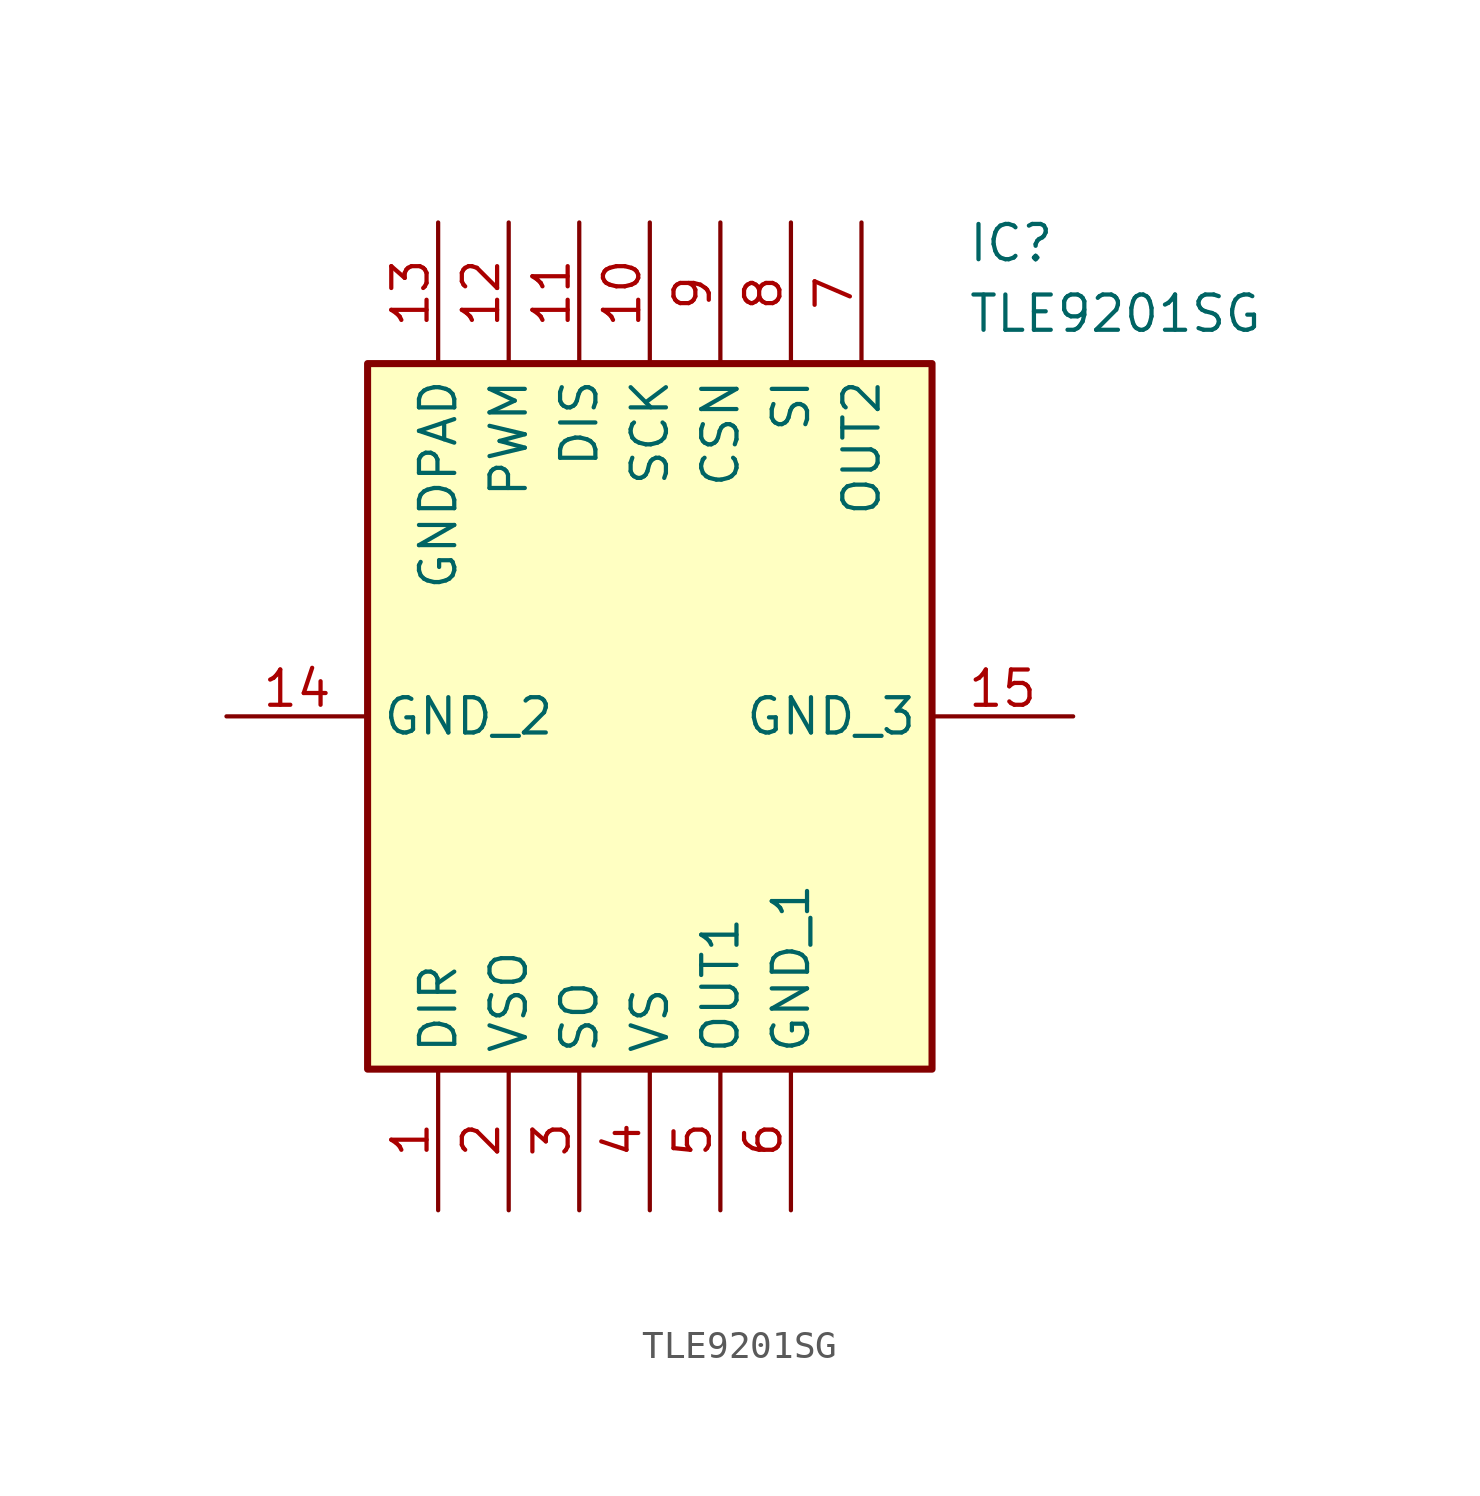
<source format=kicad_sym>
(kicad_symbol_lib
  (version 20211014)
  (generator SamacSys_ECAD_Model)
  (symbol "TLE9201SG"
    (property "Reference" "IC"
      (at 26.67 17.78 0)
      (effects (font (size 1.27 1.27)) (justify left top)))
    (property "Value" "TLE9201SG"
      (at 26.67 15.24 0)
      (effects (font (size 1.27 1.27)) (justify left top)))
    (rectangle
      (start 5.08 12.7)
      (end 25.4 -12.7)
      (stroke (width 0.254) (type default))
      (fill (type background)))
    (pin passive line
      (at 7.62 -17.78 90)
      (length 5.08)
      (name "DIR" (effects (font (size 1.27 1.27))))
      (number "1" (effects (font (size 1.27 1.27)))))
    (pin passive line
      (at 10.16 -17.78 90)
      (length 5.08)
      (name "VSO" (effects (font (size 1.27 1.27))))
      (number "2" (effects (font (size 1.27 1.27)))))
    (pin passive line
      (at 12.7 -17.78 90)
      (length 5.08)
      (name "SO" (effects (font (size 1.27 1.27))))
      (number "3" (effects (font (size 1.27 1.27)))))
    (pin passive line
      (at 15.24 -17.78 90)
      (length 5.08)
      (name "VS" (effects (font (size 1.27 1.27))))
      (number "4" (effects (font (size 1.27 1.27)))))
    (pin passive line
      (at 17.78 -17.78 90)
      (length 5.08)
      (name "OUT1" (effects (font (size 1.27 1.27))))
      (number "5" (effects (font (size 1.27 1.27)))))
    (pin passive line
      (at 20.32 -17.78 90)
      (length 5.08)
      (name "GND_1" (effects (font (size 1.27 1.27))))
      (number "6" (effects (font (size 1.27 1.27)))))
    (pin passive line
      (at 22.86 17.78 270)
      (length 5.08)
      (name "OUT2" (effects (font (size 1.27 1.27))))
      (number "7" (effects (font (size 1.27 1.27)))))
    (pin passive line
      (at 20.32 17.78 270)
      (length 5.08)
      (name "SI" (effects (font (size 1.27 1.27))))
      (number "8" (effects (font (size 1.27 1.27)))))
    (pin passive line
      (at 17.78 17.78 270)
      (length 5.08)
      (name "CSN" (effects (font (size 1.27 1.27))))
      (number "9" (effects (font (size 1.27 1.27)))))
    (pin passive line
      (at 15.24 17.78 270)
      (length 5.08)
      (name "SCK" (effects (font (size 1.27 1.27))))
      (number "10" (effects (font (size 1.27 1.27)))))
    (pin passive line
      (at 12.7 17.78 270)
      (length 5.08)
      (name "DIS" (effects (font (size 1.27 1.27))))
      (number "11" (effects (font (size 1.27 1.27)))))
    (pin passive line
      (at 10.16 17.78 270)
      (length 5.08)
      (name "PWM" (effects (font (size 1.27 1.27))))
      (number "12" (effects (font (size 1.27 1.27)))))
    (pin passive line
      (at 7.62 17.78 270)
      (length 5.08)
      (name "GNDPAD" (effects (font (size 1.27 1.27))))
      (number "13" (effects (font (size 1.27 1.27)))))
    (pin passive line
      (at 0 0 0)
      (length 5.08)
      (name "GND_2" (effects (font (size 1.27 1.27))))
      (number "14" (effects (font (size 1.27 1.27)))))
    (pin passive line
      (at 30.48 0 180)
      (length 5.08)
      (name "GND_3" (effects (font (size 1.27 1.27))))
      (number "15" (effects (font (size 1.27 1.27)))))))
</source>
